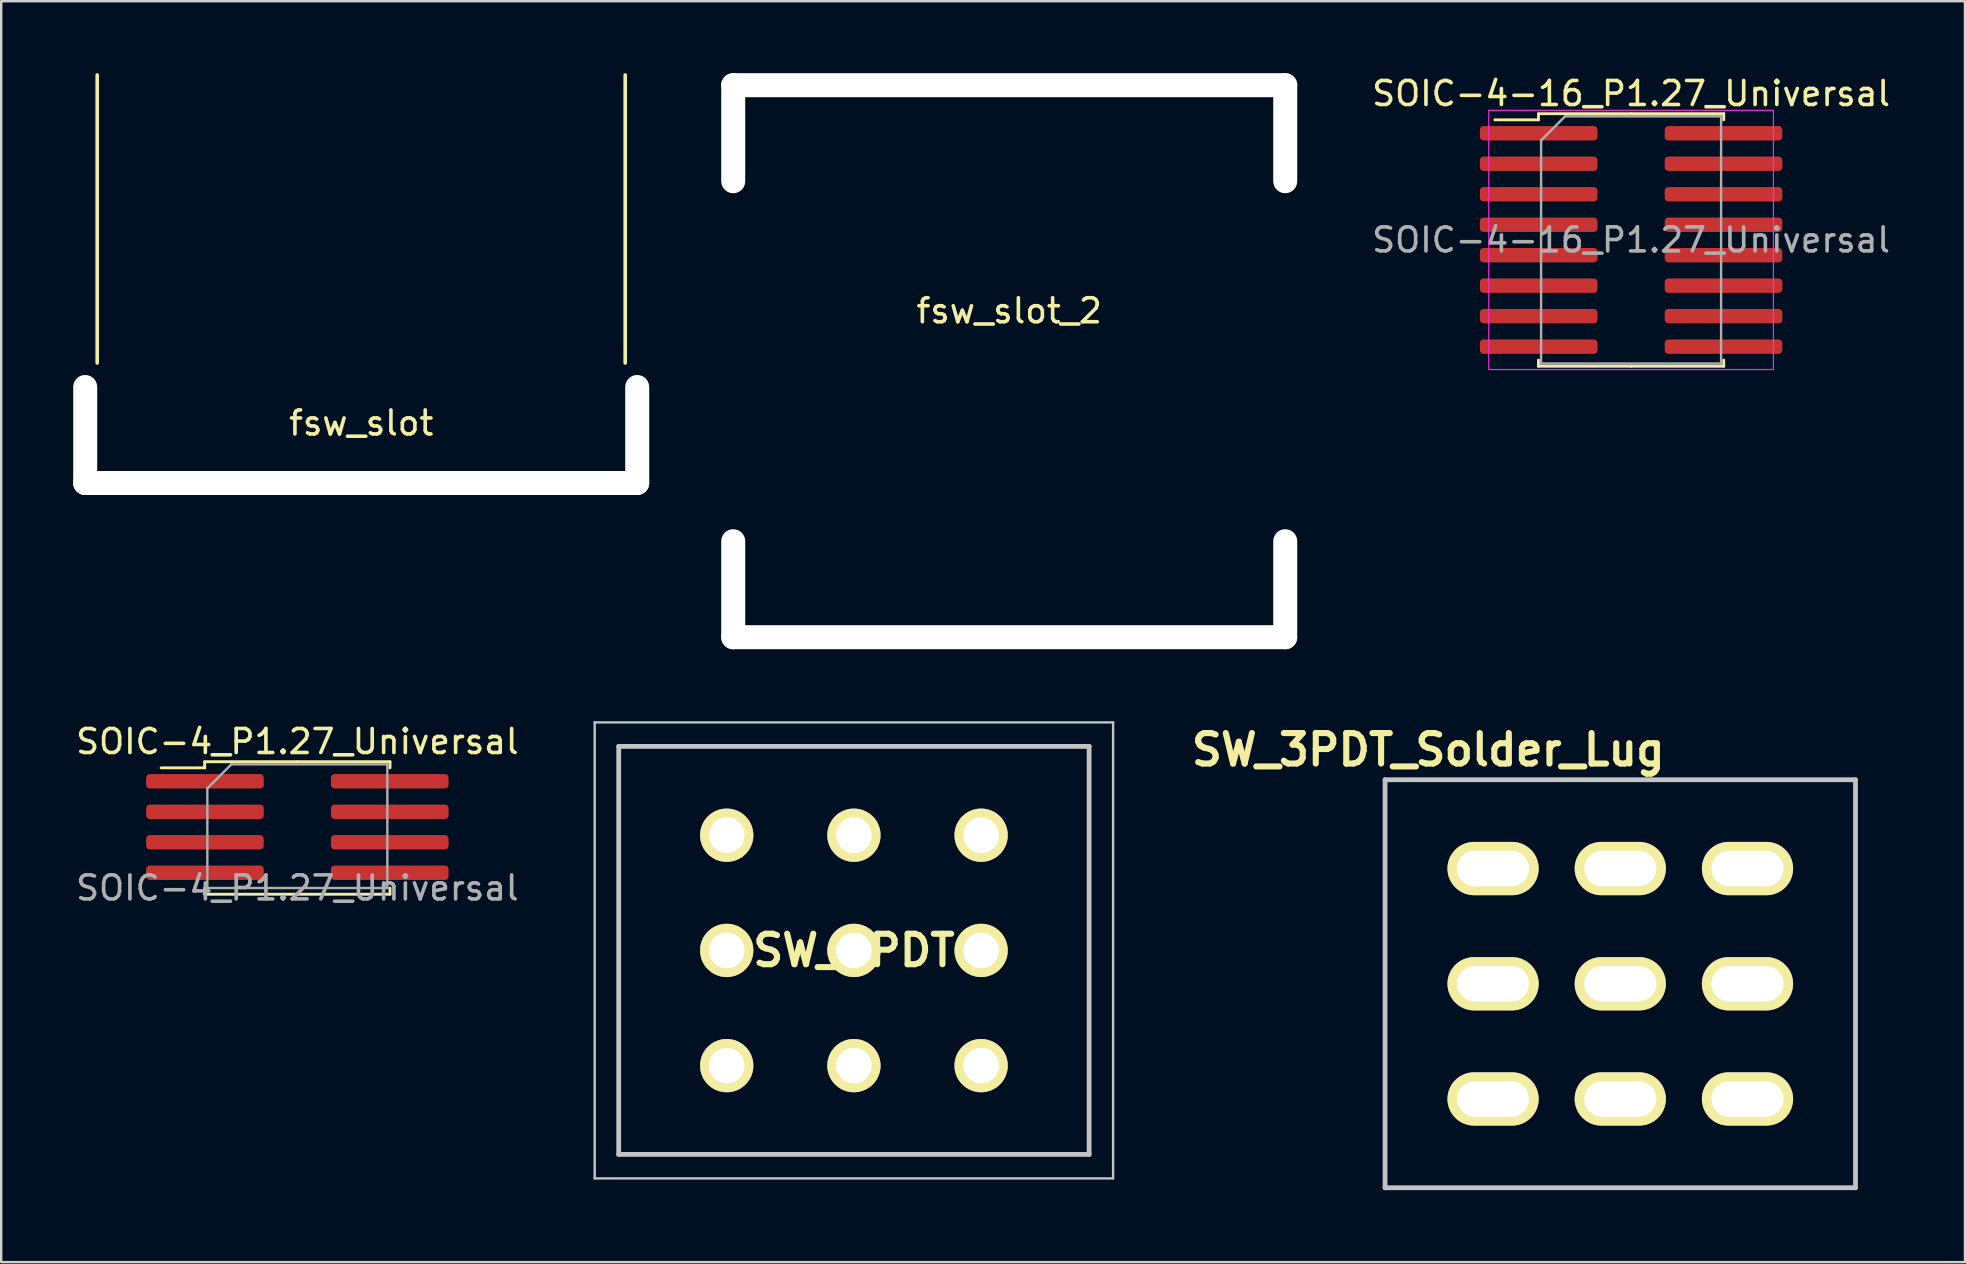
<source format=kicad_pcb>
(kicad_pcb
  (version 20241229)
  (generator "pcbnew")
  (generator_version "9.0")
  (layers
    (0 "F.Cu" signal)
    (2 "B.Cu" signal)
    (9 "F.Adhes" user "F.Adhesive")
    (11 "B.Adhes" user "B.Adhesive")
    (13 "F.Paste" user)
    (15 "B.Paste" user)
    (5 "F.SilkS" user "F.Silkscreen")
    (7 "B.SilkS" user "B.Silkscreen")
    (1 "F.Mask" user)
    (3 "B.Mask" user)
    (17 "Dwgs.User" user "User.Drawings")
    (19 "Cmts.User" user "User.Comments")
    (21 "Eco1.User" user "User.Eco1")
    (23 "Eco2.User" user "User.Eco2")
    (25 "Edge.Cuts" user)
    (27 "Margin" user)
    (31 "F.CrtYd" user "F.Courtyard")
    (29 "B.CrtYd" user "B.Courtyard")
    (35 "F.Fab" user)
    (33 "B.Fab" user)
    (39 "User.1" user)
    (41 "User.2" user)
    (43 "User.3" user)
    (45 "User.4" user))
  (footprint "fsw_slot_2"
    (layer "F.Cu")
    (at 39 12)
    (property "Reference" "fsw_slot_2" (at 0 -2.1 0) (layer "F.SilkS") (effects (font (size 1 1) (thickness 0.15))))
    (attr through_hole)
    (pad "" np_thru_hole oval (at -11.5 -9.5 270) (size 5 1) (drill oval 5 1) (layers "*.Cu" "*.Mask"))
    (pad "" np_thru_hole oval (at -11.5 9.5 90) (size 5 1) (drill oval 5 1) (layers "*.Cu" "*.Mask"))
    (pad "" np_thru_hole oval (at 0 -11.5 180) (size 24 1) (drill oval 24 1) (layers "*.Cu" "*.Mask"))
    (pad "" np_thru_hole oval (at 0 11.5) (size 24 1) (drill oval 24 1) (layers "*.Cu" "*.Mask"))
    (pad "" np_thru_hole oval (at 11.5 -9.5 270) (size 5 1) (drill oval 5 1) (layers "*.Cu" "*.Mask"))
    (pad "" np_thru_hole oval (at 11.5 9.5 90) (size 5 1) (drill oval 5 1) (layers "*.Cu" "*.Mask")))
  (footprint "SOIC-4_P1.27_Universal"
    (layer "F.Cu")
    (at 9.339 33.948)
    (property "Reference" "SOIC-4_P1.27_Universal" (at 0 -6.1 0) (layer "F.SilkS") (effects (font (size 1 1) (thickness 0.15))))
    (attr smd)
    (fp_line (start -3.86 -5.26) (end -3.86 -5.005) (stroke (width 0.12) (type solid)) (layer "F.SilkS"))
    (fp_line (start -3.86 -5.005) (end -5.675 -5.005) (stroke (width 0.12) (type solid)) (layer "F.SilkS"))
    (fp_line (start -3.86 0.26) (end -3.86 0.005) (stroke (width 0.12) (type solid)) (layer "F.SilkS"))
    (fp_line (start 0 -5.26) (end -3.86 -5.26) (stroke (width 0.12) (type solid)) (layer "F.SilkS"))
    (fp_line (start 0 -5.26) (end 3.86 -5.26) (stroke (width 0.12) (type solid)) (layer "F.SilkS"))
    (fp_line (start 0 0.26) (end -3.86 0.26) (stroke (width 0.12) (type solid)) (layer "F.SilkS"))
    (fp_line (start 0 0.26) (end 3.86 0.26) (stroke (width 0.12) (type solid)) (layer "F.SilkS"))
    (fp_line (start 3.86 -5.26) (end 3.86 -5.005) (stroke (width 0.12) (type solid)) (layer "F.SilkS"))
    (fp_line (start 3.86 0.26) (end 3.86 0.005) (stroke (width 0.12) (type solid)) (layer "F.SilkS"))
    (fp_line (start -3.75 -4.15) (end -2.75 -5.15) (stroke (width 0.1) (type solid)) (layer "F.Fab"))
    (fp_line (start -3.75 0) (end -3.75 -4.15) (stroke (width 0.1) (type solid)) (layer "F.Fab"))
    (fp_line (start -2.75 -5.15) (end 3.75 -5.15) (stroke (width 0.1) (type solid)) (layer "F.Fab"))
    (fp_line (start 3.75 -5.15) (end 3.75 0) (stroke (width 0.1) (type solid)) (layer "F.Fab"))
    (fp_line (start 3.75 0) (end -3.75 0) (stroke (width 0.1) (type solid)) (layer "F.Fab"))
    (fp_text user "${REFERENCE}" (at 0 0 0) (layer "F.Fab") (effects (font (size 1 1) (thickness 0.15))))
    (pad "1" smd roundrect (at -3.85 -4.445) (size 4.9 0.6) (layers "F.Cu" "F.Mask" "F.Paste") (roundrect_rratio 0.25))
    (pad "2" smd roundrect (at -3.85 -3.175) (size 4.9 0.6) (layers "F.Cu" "F.Mask" "F.Paste") (roundrect_rratio 0.25))
    (pad "3" smd roundrect (at -3.85 -1.905) (size 4.9 0.6) (layers "F.Cu" "F.Mask" "F.Paste") (roundrect_rratio 0.25))
    (pad "4" smd roundrect (at -3.85 -0.635) (size 4.9 0.6) (layers "F.Cu" "F.Mask" "F.Paste") (roundrect_rratio 0.25))
    (pad "5" smd roundrect (at 3.85 -0.635) (size 4.9 0.6) (layers "F.Cu" "F.Mask" "F.Paste") (roundrect_rratio 0.25))
    (pad "6" smd roundrect (at 3.85 -1.905) (size 4.9 0.6) (layers "F.Cu" "F.Mask" "F.Paste") (roundrect_rratio 0.25))
    (pad "7" smd roundrect (at 3.85 -3.175) (size 4.9 0.6) (layers "F.Cu" "F.Mask" "F.Paste") (roundrect_rratio 0.25))
    (pad "8" smd roundrect (at 3.85 -4.445) (size 4.9 0.6) (layers "F.Cu" "F.Mask" "F.Paste") (roundrect_rratio 0.25)))
  (footprint "SW_3PDT"
    (layer "F.Cu")
    (at 32.529 36.55)
    (property "Reference" "SW_3PDT" (at 0 0 0) (layer "F.SilkS") (effects (font (size 1.27 1.27) (thickness 0.254))))
    (attr through_hole)
    (fp_line (start -9.8 -8.5) (end 9.8 -8.5) (stroke (width 0.1) (type solid)) (layer "F.SilkS"))
    (fp_line (start -9.8 8.5) (end -9.8 -8.5) (stroke (width 0.1) (type solid)) (layer "F.SilkS"))
    (fp_line (start 9.8 -8.5) (end 9.8 8.5) (stroke (width 0.1) (type solid)) (layer "F.SilkS"))
    (fp_line (start 9.8 8.5) (end -9.8 8.5) (stroke (width 0.1) (type solid)) (layer "F.SilkS"))
    (fp_line (start -10.8 -9.5) (end 10.8 -9.5) (stroke (width 0.1) (type solid)) (layer "Dwgs.User"))
    (fp_line (start -10.8 9.5) (end -10.8 -9.5) (stroke (width 0.1) (type solid)) (layer "Dwgs.User"))
    (fp_line (start -9.8 -8.5) (end 9.8 -8.5) (stroke (width 0.2) (type solid)) (layer "Dwgs.User"))
    (fp_line (start -9.8 8.5) (end -9.8 -8.5) (stroke (width 0.2) (type solid)) (layer "Dwgs.User"))
    (fp_line (start 9.8 -8.5) (end 9.8 8.5) (stroke (width 0.2) (type solid)) (layer "Dwgs.User"))
    (fp_line (start 9.8 8.5) (end -9.8 8.5) (stroke (width 0.2) (type solid)) (layer "Dwgs.User"))
    (fp_line (start 10.8 -9.5) (end 10.8 9.5) (stroke (width 0.1) (type solid)) (layer "Dwgs.User"))
    (fp_line (start 10.8 9.5) (end -10.8 9.5) (stroke (width 0.1) (type solid)) (layer "Dwgs.User"))
    (pad "1" thru_hole circle (at 5.3 4.8 90) (size 2.22 2.22) (drill 1.48) (layers "*.Cu" "*.Mask" "F.SilkS"))
    (pad "2" thru_hole circle (at 5.3 0 90) (size 2.22 2.22) (drill 1.48) (layers "*.Cu" "*.Mask" "F.SilkS"))
    (pad "3" thru_hole circle (at 5.3 -4.8 90) (size 2.22 2.22) (drill 1.48) (layers "*.Cu" "*.Mask" "F.SilkS"))
    (pad "4" thru_hole circle (at 0 4.8 90) (size 2.22 2.22) (drill 1.48) (layers "*.Cu" "*.Mask" "F.SilkS"))
    (pad "5" thru_hole circle (at 0 0 90) (size 2.22 2.22) (drill 1.48) (layers "*.Cu" "*.Mask" "F.SilkS"))
    (pad "6" thru_hole circle (at 0 -4.8 90) (size 2.22 2.22) (drill 1.48) (layers "*.Cu" "*.Mask" "F.SilkS"))
    (pad "7" thru_hole circle (at -5.3 4.8 90) (size 2.22 2.22) (drill 1.48) (layers "*.Cu" "*.Mask" "F.SilkS"))
    (pad "8" thru_hole circle (at -5.3 0 90) (size 2.22 2.22) (drill 1.48) (layers "*.Cu" "*.Mask" "F.SilkS"))
    (pad "9" thru_hole circle (at -5.3 -4.8 90) (size 2.22 2.22) (drill 1.48) (layers "*.Cu" "*.Mask" "F.SilkS")))
  (footprint "fsw_slot"
    (layer "F.Cu")
    (at 12 17.075)
    (property "Reference" "fsw_slot" (at 0 -2.5 0) (layer "F.SilkS") (effects (font (size 1 1) (thickness 0.15))))
    (attr through_hole)
    (fp_line (start -11 -17) (end -11 -5) (stroke (width 0.15) (type solid)) (layer "F.SilkS"))
    (fp_line (start 11 -17) (end 11 -5) (stroke (width 0.15) (type solid)) (layer "F.SilkS"))
    (pad "" np_thru_hole oval (at -11.5 -2 90) (size 5 1) (drill oval 5 1) (layers "*.Cu" "*.Mask"))
    (pad "" np_thru_hole oval (at 0 0) (size 24 1) (drill oval 24 1) (layers "*.Cu" "*.Mask"))
    (pad "" np_thru_hole oval (at 11.5 -2 90) (size 5 1) (drill oval 5 1) (layers "*.Cu" "*.Mask")))
  (footprint "SW_3PDT_Solder_Lug"
    (layer "F.Cu")
    (at 64.46 37.939)
    (property "Reference" "SW_3PDT_Solder_Lug" (at -8 -9.75 0) (layer "F.SilkS") (effects (font (size 1.27 1.27) (thickness 0.254))))
    (attr through_hole)
    (fp_line (start -9.8 -8.5) (end 9.8 -8.5) (stroke (width 0.1) (type solid)) (layer "F.SilkS"))
    (fp_line (start -9.8 8.5) (end -9.8 -8.5) (stroke (width 0.1) (type solid)) (layer "F.SilkS"))
    (fp_line (start 9.8 -8.5) (end 9.8 8.5) (stroke (width 0.1) (type solid)) (layer "F.SilkS"))
    (fp_line (start 9.8 8.5) (end -9.8 8.5) (stroke (width 0.1) (type solid)) (layer "F.SilkS"))
    (fp_line (start -9.8 -8.5) (end 9.8 -8.5) (stroke (width 0.2) (type solid)) (layer "Dwgs.User"))
    (fp_line (start -9.8 8.5) (end -9.8 -8.5) (stroke (width 0.2) (type solid)) (layer "Dwgs.User"))
    (fp_line (start 9.8 -8.5) (end 9.8 8.5) (stroke (width 0.2) (type solid)) (layer "Dwgs.User"))
    (fp_line (start 9.8 8.5) (end -9.8 8.5) (stroke (width 0.2) (type solid)) (layer "Dwgs.User"))
    (pad "1" thru_hole oval (at 5.3 4.8 90) (size 2.22 3.8) (drill oval 1.48 3) (layers "*.Cu" "*.Mask" "F.SilkS"))
    (pad "2" thru_hole oval (at 5.3 0 90) (size 2.22 3.8) (drill oval 1.48 3) (layers "*.Cu" "*.Mask" "F.SilkS"))
    (pad "3" thru_hole oval (at 5.3 -4.8 90) (size 2.22 3.8) (drill oval 1.48 3) (layers "*.Cu" "*.Mask" "F.SilkS"))
    (pad "4" thru_hole oval (at 0 4.8 90) (size 2.22 3.8) (drill oval 1.48 3) (layers "*.Cu" "*.Mask" "F.SilkS"))
    (pad "5" thru_hole oval (at 0 0 90) (size 2.22 3.8) (drill oval 1.48 3) (layers "*.Cu" "*.Mask" "F.SilkS"))
    (pad "6" thru_hole oval (at 0 -4.8 90) (size 2.22 3.8) (drill oval 1.48 3) (layers "*.Cu" "*.Mask" "F.SilkS"))
    (pad "7" thru_hole oval (at -5.3 4.8 90) (size 2.22 3.8) (drill oval 1.48 3) (layers "*.Cu" "*.Mask" "F.SilkS"))
    (pad "8" thru_hole oval (at -5.3 0 90) (size 2.22 3.8) (drill oval 1.48 3) (layers "*.Cu" "*.Mask" "F.SilkS"))
    (pad "9" thru_hole oval (at -5.3 -4.8 90) (size 2.22 3.8) (drill oval 1.48 3) (layers "*.Cu" "*.Mask" "F.SilkS")))
  (footprint "SOIC-4-16_P1.27_Universal"
    (layer "F.Cu")
    (at 64.911 6.948)
    (property "Reference" "SOIC-4-16_P1.27_Universal" (at 0 -6.1 0) (layer "F.SilkS") (effects (font (size 1 1) (thickness 0.15))))
    (attr smd)
    (fp_line (start -3.86 -5.26) (end -3.86 -5.005) (stroke (width 0.12) (type solid)) (layer "F.SilkS"))
    (fp_line (start -3.86 -5.005) (end -5.675 -5.005) (stroke (width 0.12) (type solid)) (layer "F.SilkS"))
    (fp_line (start -3.86 5.26) (end -3.86 5.005) (stroke (width 0.12) (type solid)) (layer "F.SilkS"))
    (fp_line (start 0 -5.26) (end -3.86 -5.26) (stroke (width 0.12) (type solid)) (layer "F.SilkS"))
    (fp_line (start 0 -5.26) (end 3.86 -5.26) (stroke (width 0.12) (type solid)) (layer "F.SilkS"))
    (fp_line (start 0 5.26) (end -3.86 5.26) (stroke (width 0.12) (type solid)) (layer "F.SilkS"))
    (fp_line (start 0 5.26) (end 3.86 5.26) (stroke (width 0.12) (type solid)) (layer "F.SilkS"))
    (fp_line (start 3.86 -5.26) (end 3.86 -5.005) (stroke (width 0.12) (type solid)) (layer "F.SilkS"))
    (fp_line (start 3.86 5.26) (end 3.86 5.005) (stroke (width 0.12) (type solid)) (layer "F.SilkS"))
    (fp_line (start -5.93 -5.4) (end -5.93 5.4) (stroke (width 0.05) (type solid)) (layer "F.CrtYd"))
    (fp_line (start -5.93 5.4) (end 5.93 5.4) (stroke (width 0.05) (type solid)) (layer "F.CrtYd"))
    (fp_line (start 5.93 -5.4) (end -5.93 -5.4) (stroke (width 0.05) (type solid)) (layer "F.CrtYd"))
    (fp_line (start 5.93 5.4) (end 5.93 -5.4) (stroke (width 0.05) (type solid)) (layer "F.CrtYd"))
    (fp_line (start -3.75 -4.15) (end -2.75 -5.15) (stroke (width 0.1) (type solid)) (layer "F.Fab"))
    (fp_line (start -3.75 5.15) (end -3.75 -4.15) (stroke (width 0.1) (type solid)) (layer "F.Fab"))
    (fp_line (start -2.75 -5.15) (end 3.75 -5.15) (stroke (width 0.1) (type solid)) (layer "F.Fab"))
    (fp_line (start 3.75 -5.15) (end 3.75 5.15) (stroke (width 0.1) (type solid)) (layer "F.Fab"))
    (fp_line (start 3.75 5.15) (end -3.75 5.15) (stroke (width 0.1) (type solid)) (layer "F.Fab"))
    (fp_text user "${REFERENCE}" (at 0 0 0) (layer "F.Fab") (effects (font (size 1 1) (thickness 0.15))))
    (pad "1" smd roundrect (at -3.85 -4.445) (size 4.9 0.6) (layers "F.Cu" "F.Mask" "F.Paste") (roundrect_rratio 0.25))
    (pad "2" smd roundrect (at -3.85 -3.175) (size 4.9 0.6) (layers "F.Cu" "F.Mask" "F.Paste") (roundrect_rratio 0.25))
    (pad "3" smd roundrect (at -3.85 -1.905) (size 4.9 0.6) (layers "F.Cu" "F.Mask" "F.Paste") (roundrect_rratio 0.25))
    (pad "4" smd roundrect (at -3.85 -0.635) (size 4.9 0.6) (layers "F.Cu" "F.Mask" "F.Paste") (roundrect_rratio 0.25))
    (pad "5" smd roundrect (at -3.85 0.635) (size 4.9 0.6) (layers "F.Cu" "F.Mask" "F.Paste") (roundrect_rratio 0.25))
    (pad "6" smd roundrect (at -3.85 1.905) (size 4.9 0.6) (layers "F.Cu" "F.Mask" "F.Paste") (roundrect_rratio 0.25))
    (pad "7" smd roundrect (at -3.85 3.175) (size 4.9 0.6) (layers "F.Cu" "F.Mask" "F.Paste") (roundrect_rratio 0.25))
    (pad "8" smd roundrect (at -3.85 4.445) (size 4.9 0.6) (layers "F.Cu" "F.Mask" "F.Paste") (roundrect_rratio 0.25))
    (pad "9" smd roundrect (at 3.85 4.445) (size 4.9 0.6) (layers "F.Cu" "F.Mask" "F.Paste") (roundrect_rratio 0.25))
    (pad "10" smd roundrect (at 3.85 3.175) (size 4.9 0.6) (layers "F.Cu" "F.Mask" "F.Paste") (roundrect_rratio 0.25))
    (pad "11" smd roundrect (at 3.85 1.905) (size 4.9 0.6) (layers "F.Cu" "F.Mask" "F.Paste") (roundrect_rratio 0.25))
    (pad "12" smd roundrect (at 3.85 0.635) (size 4.9 0.6) (layers "F.Cu" "F.Mask" "F.Paste") (roundrect_rratio 0.25))
    (pad "13" smd roundrect (at 3.85 -0.635) (size 4.9 0.6) (layers "F.Cu" "F.Mask" "F.Paste") (roundrect_rratio 0.25))
    (pad "14" smd roundrect (at 3.85 -1.905) (size 4.9 0.6) (layers "F.Cu" "F.Mask" "F.Paste") (roundrect_rratio 0.25))
    (pad "15" smd roundrect (at 3.85 -3.175) (size 4.9 0.6) (layers "F.Cu" "F.Mask" "F.Paste") (roundrect_rratio 0.25))
    (pad "16" smd roundrect (at 3.85 -4.445) (size 4.9 0.6) (layers "F.Cu" "F.Mask" "F.Paste") (roundrect_rratio 0.25)))
  (gr_rect
    (start -3 -3)
    (end 78.821 49.539)
    (stroke (width 0.1) (type default))
    (fill no)
    (layer "Edge.Cuts")))
</source>
